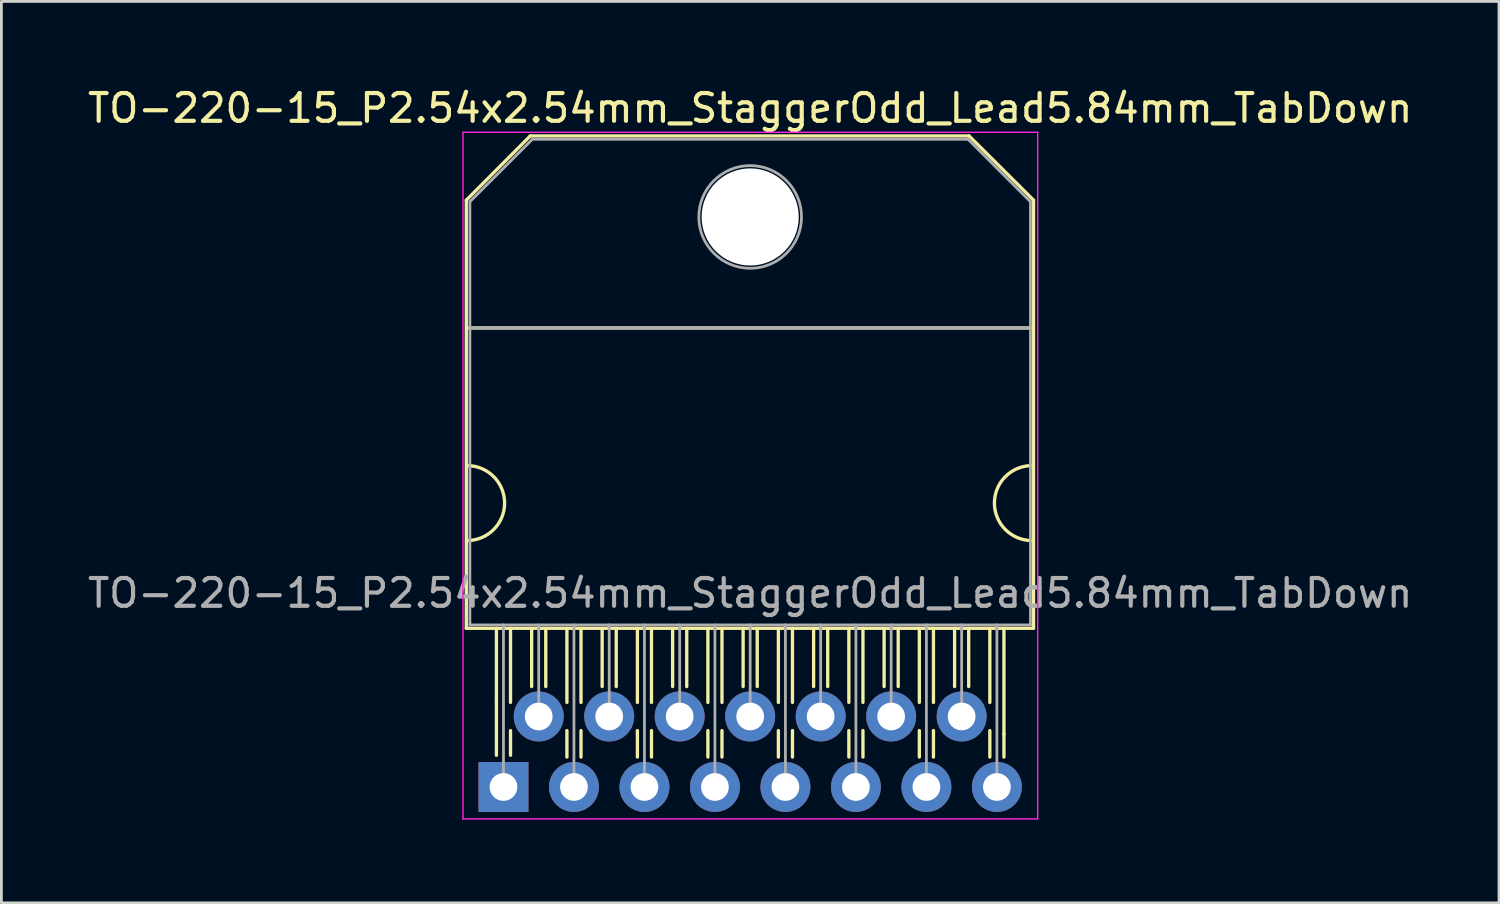
<source format=kicad_pcb>
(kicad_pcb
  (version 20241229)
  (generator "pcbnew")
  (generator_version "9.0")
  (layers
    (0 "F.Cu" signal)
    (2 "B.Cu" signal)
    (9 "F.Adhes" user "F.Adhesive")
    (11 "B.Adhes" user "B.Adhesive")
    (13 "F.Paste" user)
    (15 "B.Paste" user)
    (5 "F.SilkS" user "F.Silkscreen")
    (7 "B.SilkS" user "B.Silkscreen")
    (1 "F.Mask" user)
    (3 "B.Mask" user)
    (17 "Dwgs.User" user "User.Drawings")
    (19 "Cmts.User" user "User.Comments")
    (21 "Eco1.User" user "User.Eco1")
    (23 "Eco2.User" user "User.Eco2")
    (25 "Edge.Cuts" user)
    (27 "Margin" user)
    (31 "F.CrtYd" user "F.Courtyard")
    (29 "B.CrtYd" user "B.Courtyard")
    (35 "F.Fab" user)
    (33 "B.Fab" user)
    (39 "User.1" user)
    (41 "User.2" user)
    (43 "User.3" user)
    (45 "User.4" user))
  (footprint "TO-220-15_P2.54x2.54mm_StaggerOdd_Lead5.84mm_TabDown"
    (layer "F.Cu")
    (at 15.092 25.308)
    (property "Reference" "TO-220-15_P2.54x2.54mm_StaggerOdd_Lead5.84mm_TabDown" (at 8.89 -24.46 0) (layer "F.SilkS") (effects (font (size 1 1) (thickness 0.15))))
    (attr through_hole)
    (fp_line (start -1.339 -21.145) (end -1.339 -5.72) (stroke (width 0.12) (type solid)) (layer "F.SilkS"))
    (fp_line (start -1.339 -21.145) (end 0.966 -23.46) (stroke (width 0.12) (type solid)) (layer "F.SilkS"))
    (fp_line (start -1.339 -5.72) (end 19.101 -5.72) (stroke (width 0.12) (type solid)) (layer "F.SilkS"))
    (fp_line (start -1.309 -16.54) (end 19.041 -16.54) (stroke (width 0.12) (type solid)) (layer "F.SilkS"))
    (fp_line (start -0.254 -5.715) (end -0.254 -3.175) (stroke (width 0.12) (type solid)) (layer "F.SilkS"))
    (fp_line (start -0.254 -3.175) (end -0.254 -1.143) (stroke (width 0.12) (type solid)) (layer "F.SilkS"))
    (fp_line (start 0.254 -5.715) (end 0.254 -3.048) (stroke (width 0.12) (type solid)) (layer "F.SilkS"))
    (fp_line (start 0.254 -2.032) (end 0.254 -1.143) (stroke (width 0.12) (type solid)) (layer "F.SilkS"))
    (fp_line (start 0.966 -23.46) (end 16.777 -23.46) (stroke (width 0.12) (type solid)) (layer "F.SilkS"))
    (fp_line (start 1.016 -5.715) (end 1.016 -3.619) (stroke (width 0.12) (type solid)) (layer "F.SilkS"))
    (fp_line (start 1.524 -5.715) (end 1.524 -3.619) (stroke (width 0.12) (type solid)) (layer "F.SilkS"))
    (fp_line (start 2.286 -5.715) (end 2.286 -3.048) (stroke (width 0.12) (type solid)) (layer "F.SilkS"))
    (fp_line (start 2.286 -2.032) (end 2.286 -1.079) (stroke (width 0.12) (type solid)) (layer "F.SilkS"))
    (fp_line (start 2.794 -5.715) (end 2.794 -3.048) (stroke (width 0.12) (type solid)) (layer "F.SilkS"))
    (fp_line (start 2.794 -2.032) (end 2.794 -1.079) (stroke (width 0.12) (type solid)) (layer "F.SilkS"))
    (fp_line (start 3.556 -5.715) (end 3.556 -3.619) (stroke (width 0.12) (type solid)) (layer "F.SilkS"))
    (fp_line (start 4.064 -5.715) (end 4.064 -3.619) (stroke (width 0.12) (type solid)) (layer "F.SilkS"))
    (fp_line (start 4.826 -5.715) (end 4.826 -3.048) (stroke (width 0.12) (type solid)) (layer "F.SilkS"))
    (fp_line (start 4.826 -2.032) (end 4.826 -1.079) (stroke (width 0.12) (type solid)) (layer "F.SilkS"))
    (fp_line (start 5.334 -5.715) (end 5.334 -3.048) (stroke (width 0.12) (type solid)) (layer "F.SilkS"))
    (fp_line (start 5.334 -2.032) (end 5.334 -1.079) (stroke (width 0.12) (type solid)) (layer "F.SilkS"))
    (fp_line (start 6.096 -5.715) (end 6.096 -3.619) (stroke (width 0.12) (type solid)) (layer "F.SilkS"))
    (fp_line (start 6.604 -5.715) (end 6.604 -3.619) (stroke (width 0.12) (type solid)) (layer "F.SilkS"))
    (fp_line (start 7.366 -5.715) (end 7.366 -3.048) (stroke (width 0.12) (type solid)) (layer "F.SilkS"))
    (fp_line (start 7.366 -2.032) (end 7.366 -1.079) (stroke (width 0.12) (type solid)) (layer "F.SilkS"))
    (fp_line (start 7.874 -5.715) (end 7.874 -3.048) (stroke (width 0.12) (type solid)) (layer "F.SilkS"))
    (fp_line (start 7.874 -2.032) (end 7.874 -1.079) (stroke (width 0.12) (type solid)) (layer "F.SilkS"))
    (fp_line (start 8.636 -5.715) (end 8.636 -3.619) (stroke (width 0.12) (type solid)) (layer "F.SilkS"))
    (fp_line (start 9.144 -5.715) (end 9.144 -3.619) (stroke (width 0.12) (type solid)) (layer "F.SilkS"))
    (fp_line (start 9.906 -5.715) (end 9.906 -3.048) (stroke (width 0.12) (type solid)) (layer "F.SilkS"))
    (fp_line (start 9.906 -2.032) (end 9.906 -1.079) (stroke (width 0.12) (type solid)) (layer "F.SilkS"))
    (fp_line (start 10.414 -5.715) (end 10.414 -3.048) (stroke (width 0.12) (type solid)) (layer "F.SilkS"))
    (fp_line (start 10.414 -2.032) (end 10.414 -1.079) (stroke (width 0.12) (type solid)) (layer "F.SilkS"))
    (fp_line (start 11.176 -5.715) (end 11.176 -3.619) (stroke (width 0.12) (type solid)) (layer "F.SilkS"))
    (fp_line (start 11.684 -5.715) (end 11.684 -3.619) (stroke (width 0.12) (type solid)) (layer "F.SilkS"))
    (fp_line (start 12.446 -5.715) (end 12.446 -3.048) (stroke (width 0.12) (type solid)) (layer "F.SilkS"))
    (fp_line (start 12.446 -2.032) (end 12.446 -1.079) (stroke (width 0.12) (type solid)) (layer "F.SilkS"))
    (fp_line (start 12.954 -5.715) (end 12.954 -3.048) (stroke (width 0.12) (type solid)) (layer "F.SilkS"))
    (fp_line (start 12.954 -2.032) (end 12.954 -1.079) (stroke (width 0.12) (type solid)) (layer "F.SilkS"))
    (fp_line (start 13.716 -5.715) (end 13.716 -3.619) (stroke (width 0.12) (type solid)) (layer "F.SilkS"))
    (fp_line (start 14.224 -5.715) (end 14.224 -3.619) (stroke (width 0.12) (type solid)) (layer "F.SilkS"))
    (fp_line (start 14.986 -5.715) (end 14.986 -3.048) (stroke (width 0.12) (type solid)) (layer "F.SilkS"))
    (fp_line (start 14.986 -2.032) (end 14.986 -1.079) (stroke (width 0.12) (type solid)) (layer "F.SilkS"))
    (fp_line (start 15.494 -5.715) (end 15.494 -3.048) (stroke (width 0.12) (type solid)) (layer "F.SilkS"))
    (fp_line (start 15.494 -2.032) (end 15.494 -1.079) (stroke (width 0.12) (type solid)) (layer "F.SilkS"))
    (fp_line (start 16.256 -5.715) (end 16.256 -3.619) (stroke (width 0.12) (type solid)) (layer "F.SilkS"))
    (fp_line (start 16.764 -5.715) (end 16.764 -3.619) (stroke (width 0.12) (type solid)) (layer "F.SilkS"))
    (fp_line (start 17.526 -5.715) (end 17.526 -3.048) (stroke (width 0.12) (type solid)) (layer "F.SilkS"))
    (fp_line (start 17.526 -2.032) (end 17.526 -1.079) (stroke (width 0.12) (type solid)) (layer "F.SilkS"))
    (fp_line (start 18.034 -5.715) (end 18.034 -1.905) (stroke (width 0.12) (type solid)) (layer "F.SilkS"))
    (fp_line (start 18.034 -1.905) (end 18.034 -1.079) (stroke (width 0.12) (type solid)) (layer "F.SilkS"))
    (fp_line (start 19.101 -21.145) (end 16.777 -23.46) (stroke (width 0.12) (type solid)) (layer "F.SilkS"))
    (fp_line (start 19.101 -21.145) (end 19.101 -5.72) (stroke (width 0.12) (type solid)) (layer "F.SilkS"))
    (fp_arc (start -1.309 -11.58) (mid 0.041 -10.23) (end -1.309 -8.88) (stroke (width 0.12) (type solid)) (layer "F.SilkS"))
    (fp_arc (start 19.041 -8.88) (mid 17.691 -10.23) (end 19.041 -11.58) (stroke (width 0.12) (type solid)) (layer "F.SilkS"))
    (fp_line (start -1.46 -23.59) (end -1.46 1.15) (stroke (width 0.05) (type solid)) (layer "F.CrtYd"))
    (fp_line (start -1.46 1.15) (end 19.25 1.15) (stroke (width 0.05) (type solid)) (layer "F.CrtYd"))
    (fp_line (start 19.25 -23.59) (end -1.46 -23.59) (stroke (width 0.05) (type solid)) (layer "F.CrtYd"))
    (fp_line (start 19.25 1.15) (end 19.25 -23.59) (stroke (width 0.05) (type solid)) (layer "F.CrtYd"))
    (fp_line (start -1.21 -21.09) (end 1.041 -23.34) (stroke (width 0.1) (type solid)) (layer "F.Fab"))
    (fp_line (start -1.21 -16.54) (end -1.21 -21.09) (stroke (width 0.1) (type solid)) (layer "F.Fab"))
    (fp_line (start -1.21 -16.54) (end 18.99 -16.54) (stroke (width 0.1) (type solid)) (layer "F.Fab"))
    (fp_line (start -1.21 -5.84) (end -1.21 -16.54) (stroke (width 0.1) (type solid)) (layer "F.Fab"))
    (fp_line (start 0 -5.84) (end 0 0) (stroke (width 0.1) (type solid)) (layer "F.Fab"))
    (fp_line (start 1.041 -23.34) (end 16.74 -23.34) (stroke (width 0.1) (type solid)) (layer "F.Fab"))
    (fp_line (start 1.27 -5.84) (end 1.27 -2.54) (stroke (width 0.1) (type solid)) (layer "F.Fab"))
    (fp_line (start 2.54 -5.84) (end 2.54 0) (stroke (width 0.1) (type solid)) (layer "F.Fab"))
    (fp_line (start 3.81 -5.84) (end 3.81 -2.54) (stroke (width 0.1) (type solid)) (layer "F.Fab"))
    (fp_line (start 5.08 -5.84) (end 5.08 0) (stroke (width 0.1) (type solid)) (layer "F.Fab"))
    (fp_line (start 6.35 -5.84) (end 6.35 -2.54) (stroke (width 0.1) (type solid)) (layer "F.Fab"))
    (fp_line (start 7.62 -5.84) (end 7.62 0) (stroke (width 0.1) (type solid)) (layer "F.Fab"))
    (fp_line (start 8.89 -5.84) (end 8.89 -2.54) (stroke (width 0.1) (type solid)) (layer "F.Fab"))
    (fp_line (start 10.16 -5.84) (end 10.16 0) (stroke (width 0.1) (type solid)) (layer "F.Fab"))
    (fp_line (start 11.43 -5.84) (end 11.43 -2.54) (stroke (width 0.1) (type solid)) (layer "F.Fab"))
    (fp_line (start 12.7 -5.84) (end 12.7 0) (stroke (width 0.1) (type solid)) (layer "F.Fab"))
    (fp_line (start 13.97 -5.84) (end 13.97 -2.54) (stroke (width 0.1) (type solid)) (layer "F.Fab"))
    (fp_line (start 15.24 -5.84) (end 15.24 0) (stroke (width 0.1) (type solid)) (layer "F.Fab"))
    (fp_line (start 16.51 -5.84) (end 16.51 -2.54) (stroke (width 0.1) (type solid)) (layer "F.Fab"))
    (fp_line (start 16.74 -23.34) (end 18.99 -21.09) (stroke (width 0.1) (type solid)) (layer "F.Fab"))
    (fp_line (start 17.78 -5.84) (end 17.78 0) (stroke (width 0.1) (type solid)) (layer "F.Fab"))
    (fp_line (start 18.99 -21.09) (end 18.99 -16.54) (stroke (width 0.1) (type solid)) (layer "F.Fab"))
    (fp_line (start 18.99 -16.54) (end -1.21 -16.54) (stroke (width 0.1) (type solid)) (layer "F.Fab"))
    (fp_line (start 18.99 -16.54) (end 18.99 -5.84) (stroke (width 0.1) (type solid)) (layer "F.Fab"))
    (fp_line (start 18.99 -5.84) (end -1.21 -5.84) (stroke (width 0.1) (type solid)) (layer "F.Fab"))
    (fp_circle (center 8.89 -20.54) (end 10.74 -20.54) (stroke (width 0.1) (type solid)) (fill no) (layer "F.Fab"))
    (fp_text user "${REFERENCE}" (at 8.89 -6.985 0) (layer "F.Fab") (effects (font (size 1 1) (thickness 0.15))))
    (pad "" np_thru_hole oval (at 8.89 -20.54) (size 3.5 3.5) (drill 3.5) (layers "*.Cu" "*.Mask"))
    (pad "1" thru_hole rect (at 0 0) (size 1.8 1.8) (drill 1) (layers "*.Cu" "*.Mask"))
    (pad "2" thru_hole oval (at 1.27 -2.54) (size 1.8 1.8) (drill 1) (layers "*.Cu" "*.Mask"))
    (pad "3" thru_hole oval (at 2.54 0) (size 1.8 1.8) (drill 1) (layers "*.Cu" "*.Mask"))
    (pad "4" thru_hole oval (at 3.81 -2.54) (size 1.8 1.8) (drill 1) (layers "*.Cu" "*.Mask"))
    (pad "5" thru_hole oval (at 5.08 0) (size 1.8 1.8) (drill 1) (layers "*.Cu" "*.Mask"))
    (pad "6" thru_hole oval (at 6.35 -2.54) (size 1.8 1.8) (drill 1) (layers "*.Cu" "*.Mask"))
    (pad "7" thru_hole oval (at 7.62 0) (size 1.8 1.8) (drill 1) (layers "*.Cu" "*.Mask"))
    (pad "8" thru_hole oval (at 8.89 -2.54) (size 1.8 1.8) (drill 1) (layers "*.Cu" "*.Mask"))
    (pad "9" thru_hole oval (at 10.16 0) (size 1.8 1.8) (drill 1) (layers "*.Cu" "*.Mask"))
    (pad "10" thru_hole oval (at 11.43 -2.54) (size 1.8 1.8) (drill 1) (layers "*.Cu" "*.Mask"))
    (pad "11" thru_hole oval (at 12.7 0) (size 1.8 1.8) (drill 1) (layers "*.Cu" "*.Mask"))
    (pad "12" thru_hole oval (at 13.97 -2.54) (size 1.8 1.8) (drill 1) (layers "*.Cu" "*.Mask"))
    (pad "13" thru_hole oval (at 15.24 0) (size 1.8 1.8) (drill 1) (layers "*.Cu" "*.Mask"))
    (pad "14" thru_hole oval (at 16.51 -2.54) (size 1.8 1.8) (drill 1) (layers "*.Cu" "*.Mask"))
    (pad "15" thru_hole oval (at 17.78 0) (size 1.8 1.8) (drill 1) (layers "*.Cu" "*.Mask")))
  (gr_rect
    (start -3 -3)
    (end 50.964 29.483)
    (stroke (width 0.1) (type default))
    (fill no)
    (layer "Edge.Cuts")))
</source>
